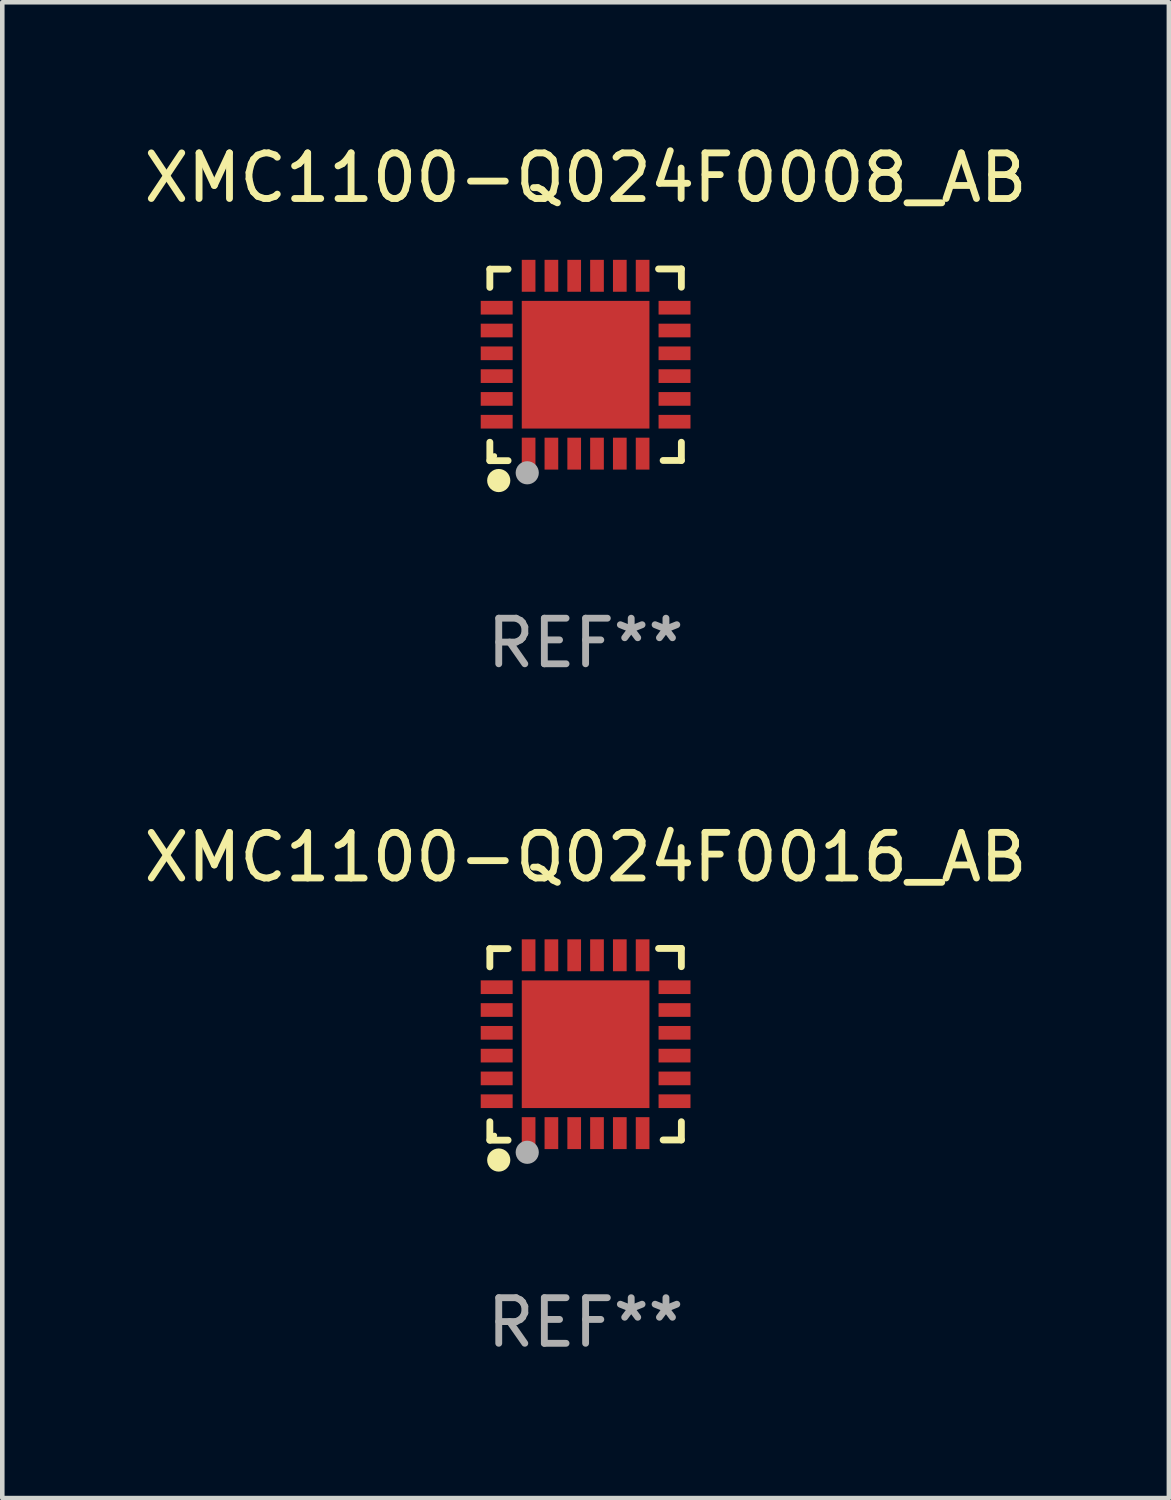
<source format=kicad_pcb>
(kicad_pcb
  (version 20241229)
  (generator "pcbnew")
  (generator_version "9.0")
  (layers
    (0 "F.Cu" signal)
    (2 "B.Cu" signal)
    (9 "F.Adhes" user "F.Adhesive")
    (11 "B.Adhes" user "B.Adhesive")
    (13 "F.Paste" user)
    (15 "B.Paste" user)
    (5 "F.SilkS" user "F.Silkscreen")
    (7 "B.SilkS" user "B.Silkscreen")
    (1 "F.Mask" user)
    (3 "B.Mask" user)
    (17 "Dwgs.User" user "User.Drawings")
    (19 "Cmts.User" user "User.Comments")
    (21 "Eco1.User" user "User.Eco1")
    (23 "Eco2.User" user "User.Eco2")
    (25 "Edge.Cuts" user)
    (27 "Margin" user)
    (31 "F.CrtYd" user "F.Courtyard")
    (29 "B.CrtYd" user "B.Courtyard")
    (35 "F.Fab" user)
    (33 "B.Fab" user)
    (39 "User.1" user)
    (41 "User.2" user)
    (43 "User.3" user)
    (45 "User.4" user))
  (footprint "XMC1100-Q024F0008_AB"
    (layer "F.Cu")
    (at 9.792 4.95)
    (property "Reference" "XMC1100-Q024F0008_AB" (at 0 -4.102 0) (layer "F.SilkS") (effects (font (size 1 1) (thickness 0.15))))
    (attr through_hole)
    (fp_line (start -2.1 -2.098) (end -1.7 -2.098) (stroke (width 0.15) (type solid)) (layer "F.SilkS"))
    (fp_line (start -2.1 -1.698) (end -2.1 -2.098) (stroke (width 0.15) (type solid)) (layer "F.SilkS"))
    (fp_line (start -2.1 2.102) (end -2.1 1.698) (stroke (width 0.15) (type solid)) (layer "F.SilkS"))
    (fp_line (start -1.7 2.102) (end -2.1 2.102) (stroke (width 0.15) (type solid)) (layer "F.SilkS"))
    (fp_line (start 1.6 -2.102) (end 2.1 -2.102) (stroke (width 0.15) (type solid)) (layer "F.SilkS"))
    (fp_line (start 1.7 2.098) (end 2.1 2.098) (stroke (width 0.15) (type solid)) (layer "F.SilkS"))
    (fp_line (start 2.1 -2.102) (end 2.1 -1.702) (stroke (width 0.15) (type solid)) (layer "F.SilkS"))
    (fp_line (start 2.1 2.098) (end 2.1 1.698) (stroke (width 0.15) (type solid)) (layer "F.SilkS"))
    (fp_circle (center -2 1.998) (end -1.97 1.998) (stroke (width 0.06) (type solid)) (fill no) (layer "F.SilkS"))
    (fp_circle (center -1.905 2.538) (end -1.778 2.538) (stroke (width 0.254) (type solid)) (fill no) (layer "F.SilkS"))
    (fp_circle (center -1.28 2.368) (end -1.153 2.368) (stroke (width 0.254) (type solid)) (fill no) (layer "F.Fab"))
    (fp_text user "REF**" (at 0 6.102 0) (layer "F.Fab") (effects (font (size 1 1) (thickness 0.15))))
    (pad "1" smd rect (at -1.25 1.948 180) (size 0.3 0.7) (layers "F.Cu" "F.Mask" "F.Paste"))
    (pad "2" smd rect (at -0.75 1.948 180) (size 0.3 0.7) (layers "F.Cu" "F.Mask" "F.Paste"))
    (pad "3" smd rect (at -0.25 1.948 180) (size 0.3 0.7) (layers "F.Cu" "F.Mask" "F.Paste"))
    (pad "4" smd rect (at 0.25 1.948 180) (size 0.3 0.7) (layers "F.Cu" "F.Mask" "F.Paste"))
    (pad "5" smd rect (at 0.75 1.948 180) (size 0.3 0.7) (layers "F.Cu" "F.Mask" "F.Paste"))
    (pad "6" smd rect (at 1.25 1.948 180) (size 0.3 0.7) (layers "F.Cu" "F.Mask" "F.Paste"))
    (pad "7" smd rect (at 1.95 1.248 270) (size 0.3 0.7) (layers "F.Cu" "F.Mask" "F.Paste"))
    (pad "8" smd rect (at 1.95 0.748 270) (size 0.3 0.7) (layers "F.Cu" "F.Mask" "F.Paste"))
    (pad "9" smd rect (at 1.95 0.248 270) (size 0.3 0.7) (layers "F.Cu" "F.Mask" "F.Paste"))
    (pad "10" smd rect (at 1.95 -0.252 270) (size 0.3 0.7) (layers "F.Cu" "F.Mask" "F.Paste"))
    (pad "11" smd rect (at 1.95 -0.752 270) (size 0.3 0.7) (layers "F.Cu" "F.Mask" "F.Paste"))
    (pad "12" smd rect (at 1.95 -1.252 270) (size 0.3 0.7) (layers "F.Cu" "F.Mask" "F.Paste"))
    (pad "13" smd rect (at 1.25 -1.952) (size 0.3 0.7) (layers "F.Cu" "F.Mask" "F.Paste"))
    (pad "14" smd rect (at 0.75 -1.952) (size 0.3 0.7) (layers "F.Cu" "F.Mask" "F.Paste"))
    (pad "15" smd rect (at 0.25 -1.952) (size 0.3 0.7) (layers "F.Cu" "F.Mask" "F.Paste"))
    (pad "16" smd rect (at -0.25 -1.952) (size 0.3 0.7) (layers "F.Cu" "F.Mask" "F.Paste"))
    (pad "17" smd rect (at -0.75 -1.952) (size 0.3 0.7) (layers "F.Cu" "F.Mask" "F.Paste"))
    (pad "18" smd rect (at -1.25 -1.952) (size 0.3 0.7) (layers "F.Cu" "F.Mask" "F.Paste"))
    (pad "19" smd rect (at -1.95 -1.252 90) (size 0.3 0.7) (layers "F.Cu" "F.Mask" "F.Paste"))
    (pad "20" smd rect (at -1.95 -0.752 90) (size 0.3 0.7) (layers "F.Cu" "F.Mask" "F.Paste"))
    (pad "21" smd rect (at -1.95 -0.252 90) (size 0.3 0.7) (layers "F.Cu" "F.Mask" "F.Paste"))
    (pad "22" smd rect (at -1.95 0.248 90) (size 0.3 0.7) (layers "F.Cu" "F.Mask" "F.Paste"))
    (pad "23" smd rect (at -1.95 0.748 90) (size 0.3 0.7) (layers "F.Cu" "F.Mask" "F.Paste"))
    (pad "24" smd rect (at -1.95 1.248 90) (size 0.3 0.7) (layers "F.Cu" "F.Mask" "F.Paste"))
    (pad "25" smd rect (at 0.000038 -0.002) (size 2.8 2.8) (layers "F.Cu" "F.Mask" "F.Paste")))
  (footprint "XMC1100-Q024F0016_AB"
    (layer "F.Cu")
    (at 9.792 19.851)
    (property "Reference" "XMC1100-Q024F0016_AB" (at 0 -4.102 0) (layer "F.SilkS") (effects (font (size 1 1) (thickness 0.15))))
    (attr through_hole)
    (fp_line (start -2.1 -2.098) (end -1.7 -2.098) (stroke (width 0.15) (type solid)) (layer "F.SilkS"))
    (fp_line (start -2.1 -1.698) (end -2.1 -2.098) (stroke (width 0.15) (type solid)) (layer "F.SilkS"))
    (fp_line (start -2.1 2.102) (end -2.1 1.698) (stroke (width 0.15) (type solid)) (layer "F.SilkS"))
    (fp_line (start -1.7 2.102) (end -2.1 2.102) (stroke (width 0.15) (type solid)) (layer "F.SilkS"))
    (fp_line (start 1.6 -2.102) (end 2.1 -2.102) (stroke (width 0.15) (type solid)) (layer "F.SilkS"))
    (fp_line (start 1.7 2.098) (end 2.1 2.098) (stroke (width 0.15) (type solid)) (layer "F.SilkS"))
    (fp_line (start 2.1 -2.102) (end 2.1 -1.702) (stroke (width 0.15) (type solid)) (layer "F.SilkS"))
    (fp_line (start 2.1 2.098) (end 2.1 1.698) (stroke (width 0.15) (type solid)) (layer "F.SilkS"))
    (fp_circle (center -2 1.998) (end -1.97 1.998) (stroke (width 0.06) (type solid)) (fill no) (layer "F.SilkS"))
    (fp_circle (center -1.905 2.538) (end -1.778 2.538) (stroke (width 0.254) (type solid)) (fill no) (layer "F.SilkS"))
    (fp_circle (center -1.28 2.368) (end -1.153 2.368) (stroke (width 0.254) (type solid)) (fill no) (layer "F.Fab"))
    (fp_text user "REF**" (at 0 6.102 0) (layer "F.Fab") (effects (font (size 1 1) (thickness 0.15))))
    (pad "1" smd rect (at -1.25 1.948 180) (size 0.3 0.7) (layers "F.Cu" "F.Mask" "F.Paste"))
    (pad "2" smd rect (at -0.75 1.948 180) (size 0.3 0.7) (layers "F.Cu" "F.Mask" "F.Paste"))
    (pad "3" smd rect (at -0.25 1.948 180) (size 0.3 0.7) (layers "F.Cu" "F.Mask" "F.Paste"))
    (pad "4" smd rect (at 0.25 1.948 180) (size 0.3 0.7) (layers "F.Cu" "F.Mask" "F.Paste"))
    (pad "5" smd rect (at 0.75 1.948 180) (size 0.3 0.7) (layers "F.Cu" "F.Mask" "F.Paste"))
    (pad "6" smd rect (at 1.25 1.948 180) (size 0.3 0.7) (layers "F.Cu" "F.Mask" "F.Paste"))
    (pad "7" smd rect (at 1.95 1.248 270) (size 0.3 0.7) (layers "F.Cu" "F.Mask" "F.Paste"))
    (pad "8" smd rect (at 1.95 0.748 270) (size 0.3 0.7) (layers "F.Cu" "F.Mask" "F.Paste"))
    (pad "9" smd rect (at 1.95 0.248 270) (size 0.3 0.7) (layers "F.Cu" "F.Mask" "F.Paste"))
    (pad "10" smd rect (at 1.95 -0.252 270) (size 0.3 0.7) (layers "F.Cu" "F.Mask" "F.Paste"))
    (pad "11" smd rect (at 1.95 -0.752 270) (size 0.3 0.7) (layers "F.Cu" "F.Mask" "F.Paste"))
    (pad "12" smd rect (at 1.95 -1.252 270) (size 0.3 0.7) (layers "F.Cu" "F.Mask" "F.Paste"))
    (pad "13" smd rect (at 1.25 -1.952) (size 0.3 0.7) (layers "F.Cu" "F.Mask" "F.Paste"))
    (pad "14" smd rect (at 0.75 -1.952) (size 0.3 0.7) (layers "F.Cu" "F.Mask" "F.Paste"))
    (pad "15" smd rect (at 0.25 -1.952) (size 0.3 0.7) (layers "F.Cu" "F.Mask" "F.Paste"))
    (pad "16" smd rect (at -0.25 -1.952) (size 0.3 0.7) (layers "F.Cu" "F.Mask" "F.Paste"))
    (pad "17" smd rect (at -0.75 -1.952) (size 0.3 0.7) (layers "F.Cu" "F.Mask" "F.Paste"))
    (pad "18" smd rect (at -1.25 -1.952) (size 0.3 0.7) (layers "F.Cu" "F.Mask" "F.Paste"))
    (pad "19" smd rect (at -1.95 -1.252 90) (size 0.3 0.7) (layers "F.Cu" "F.Mask" "F.Paste"))
    (pad "20" smd rect (at -1.95 -0.752 90) (size 0.3 0.7) (layers "F.Cu" "F.Mask" "F.Paste"))
    (pad "21" smd rect (at -1.95 -0.252 90) (size 0.3 0.7) (layers "F.Cu" "F.Mask" "F.Paste"))
    (pad "22" smd rect (at -1.95 0.248 90) (size 0.3 0.7) (layers "F.Cu" "F.Mask" "F.Paste"))
    (pad "23" smd rect (at -1.95 0.748 90) (size 0.3 0.7) (layers "F.Cu" "F.Mask" "F.Paste"))
    (pad "24" smd rect (at -1.95 1.248 90) (size 0.3 0.7) (layers "F.Cu" "F.Mask" "F.Paste"))
    (pad "25" smd rect (at 0.000038 -0.002) (size 2.8 2.8) (layers "F.Cu" "F.Mask" "F.Paste")))
  (gr_rect
    (start -3 -3)
    (end 22.583 29.802)
    (stroke (width 0.1) (type default))
    (fill no)
    (layer "Edge.Cuts")))
</source>
